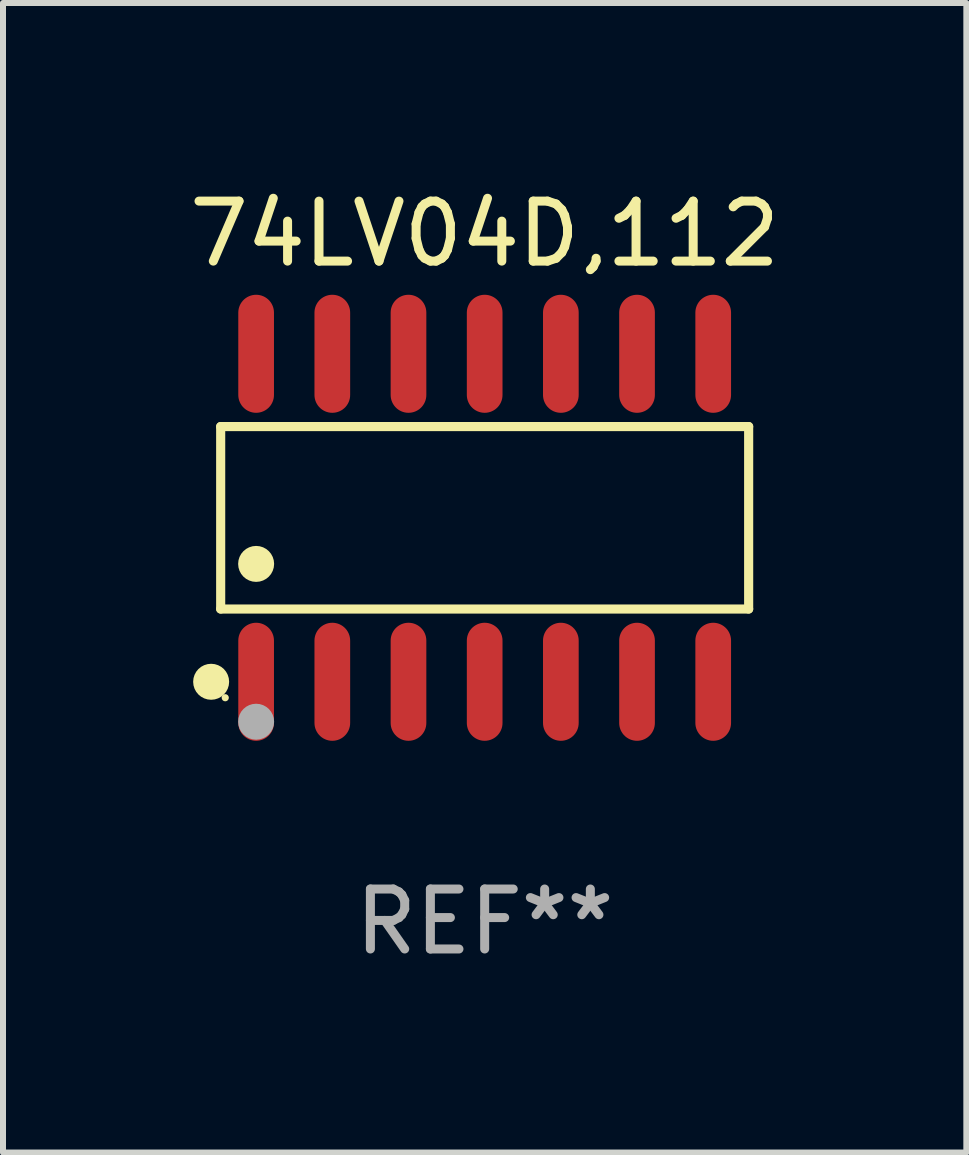
<source format=kicad_pcb>
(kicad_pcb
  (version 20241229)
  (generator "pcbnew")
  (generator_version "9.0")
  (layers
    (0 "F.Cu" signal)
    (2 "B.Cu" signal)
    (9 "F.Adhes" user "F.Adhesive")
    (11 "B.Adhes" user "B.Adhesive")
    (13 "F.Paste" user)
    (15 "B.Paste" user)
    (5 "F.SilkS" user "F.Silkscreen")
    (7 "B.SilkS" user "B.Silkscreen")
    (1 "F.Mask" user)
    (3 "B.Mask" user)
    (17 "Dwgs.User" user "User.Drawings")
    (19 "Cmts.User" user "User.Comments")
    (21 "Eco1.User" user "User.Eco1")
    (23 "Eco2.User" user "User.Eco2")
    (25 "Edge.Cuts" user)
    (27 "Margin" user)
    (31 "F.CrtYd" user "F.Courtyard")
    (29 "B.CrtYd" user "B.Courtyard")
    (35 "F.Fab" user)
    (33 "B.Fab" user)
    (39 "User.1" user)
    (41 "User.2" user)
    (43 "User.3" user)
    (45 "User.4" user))
  (footprint "74LV04D,112"
    (layer "F.Cu")
    (at 5.03 5.582)
    (property "Reference" "74LV04D,112" (at 0 -4.734 0) (layer "F.SilkS") (effects (font (size 1 1) (thickness 0.15))))
    (attr through_hole)
    (fp_line (start -4.401 -1.521) (end 4.401 -1.521) (stroke (width 0.152) (type solid)) (layer "F.SilkS"))
    (fp_line (start -4.401 1.521) (end -4.401 -1.521) (stroke (width 0.152) (type solid)) (layer "F.SilkS"))
    (fp_line (start 4.401 -1.521) (end 4.401 1.521) (stroke (width 0.152) (type solid)) (layer "F.SilkS"))
    (fp_line (start 4.401 1.521) (end -4.401 1.521) (stroke (width 0.152) (type solid)) (layer "F.SilkS"))
    (fp_circle (center -4.56 2.734) (end -4.41 2.734) (stroke (width 0.3) (type solid)) (fill no) (layer "F.SilkS"))
    (fp_circle (center -4.325 3) (end -4.295 3) (stroke (width 0.06) (type solid)) (fill no) (layer "F.SilkS"))
    (fp_circle (center -3.81 0.769) (end -3.66 0.769) (stroke (width 0.3) (type solid)) (fill no) (layer "F.SilkS"))
    (fp_circle (center -3.81 3.4) (end -3.66 3.4) (stroke (width 0.3) (type solid)) (fill no) (layer "F.Fab"))
    (fp_text user "REF**" (at 0 6.734 0) (layer "F.Fab") (effects (font (size 1 1) (thickness 0.15))))
    (pad "1" smd oval (at -3.81 2.734) (size 0.595 1.968) (layers "F.Cu" "F.Mask" "F.Paste"))
    (pad "2" smd oval (at -2.54 2.734) (size 0.595 1.968) (layers "F.Cu" "F.Mask" "F.Paste"))
    (pad "3" smd oval (at -1.27 2.734) (size 0.595 1.968) (layers "F.Cu" "F.Mask" "F.Paste"))
    (pad "4" smd oval (at 0 2.734) (size 0.595 1.968) (layers "F.Cu" "F.Mask" "F.Paste"))
    (pad "5" smd oval (at 1.27 2.734) (size 0.595 1.968) (layers "F.Cu" "F.Mask" "F.Paste"))
    (pad "6" smd oval (at 2.54 2.734) (size 0.595 1.968) (layers "F.Cu" "F.Mask" "F.Paste"))
    (pad "7" smd oval (at 3.81 2.734) (size 0.595 1.968) (layers "F.Cu" "F.Mask" "F.Paste"))
    (pad "8" smd oval (at 3.81 -2.734) (size 0.595 1.968) (layers "F.Cu" "F.Mask" "F.Paste"))
    (pad "9" smd oval (at 2.54 -2.734) (size 0.595 1.968) (layers "F.Cu" "F.Mask" "F.Paste"))
    (pad "10" smd oval (at 1.27 -2.734) (size 0.595 1.968) (layers "F.Cu" "F.Mask" "F.Paste"))
    (pad "11" smd oval (at 0 -2.734) (size 0.595 1.968) (layers "F.Cu" "F.Mask" "F.Paste"))
    (pad "12" smd oval (at -1.27 -2.734) (size 0.595 1.968) (layers "F.Cu" "F.Mask" "F.Paste"))
    (pad "13" smd oval (at -2.54 -2.734) (size 0.595 1.968) (layers "F.Cu" "F.Mask" "F.Paste"))
    (pad "14" smd oval (at -3.81 -2.734) (size 0.595 1.968) (layers "F.Cu" "F.Mask" "F.Paste")))
  (gr_rect
    (start -3 -3)
    (end 13.06 16.164)
    (stroke (width 0.1) (type default))
    (fill no)
    (layer "Edge.Cuts")))
</source>
